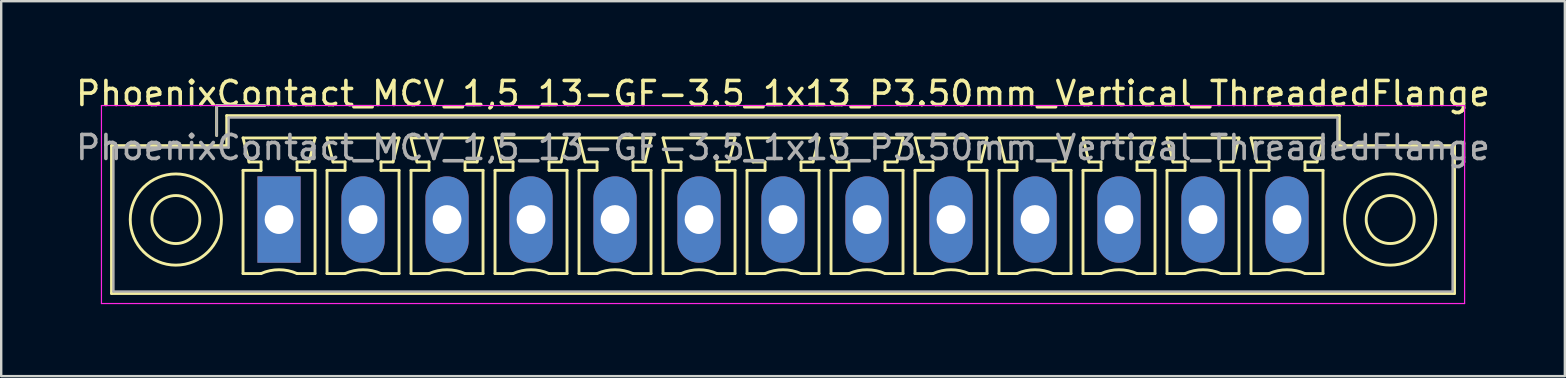
<source format=kicad_pcb>
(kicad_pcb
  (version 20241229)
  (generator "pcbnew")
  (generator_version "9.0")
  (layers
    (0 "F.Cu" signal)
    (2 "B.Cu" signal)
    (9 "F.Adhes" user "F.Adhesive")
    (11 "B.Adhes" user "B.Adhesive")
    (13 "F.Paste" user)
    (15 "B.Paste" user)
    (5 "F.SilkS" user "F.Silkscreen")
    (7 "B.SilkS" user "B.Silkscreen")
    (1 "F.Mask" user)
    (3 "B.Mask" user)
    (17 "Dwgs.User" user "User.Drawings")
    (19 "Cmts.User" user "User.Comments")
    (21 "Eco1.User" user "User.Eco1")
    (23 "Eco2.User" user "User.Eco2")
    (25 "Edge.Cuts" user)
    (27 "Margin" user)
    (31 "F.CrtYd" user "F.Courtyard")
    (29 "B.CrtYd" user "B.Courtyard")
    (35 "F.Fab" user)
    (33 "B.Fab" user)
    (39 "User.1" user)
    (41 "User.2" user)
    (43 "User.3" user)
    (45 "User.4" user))
  (footprint "PhoenixContact_MCV_1,5_13-GF-3.5_1x13_P3.50mm_Vertical_ThreadedFlange"
    (layer "F.Cu")
    (at 8.577 6.098)
    (property "Reference" "PhoenixContact_MCV_1,5_13-GF-3.5_1x13_P3.50mm_Vertical_ThreadedFlange" (at 21 -5.25 0) (layer "F.SilkS") (effects (font (size 1 1) (thickness 0.15))))
    (attr through_hole)
    (fp_line (start -6.98 -3.08) (end -6.98 3.08) (stroke (width 0.12) (type solid)) (layer "F.SilkS"))
    (fp_line (start -6.98 3.08) (end 48.98 3.08) (stroke (width 0.12) (type solid)) (layer "F.SilkS"))
    (fp_line (start -2.6 -4.75) (end -0.6 -4.75) (stroke (width 0.12) (type solid)) (layer "F.SilkS"))
    (fp_line (start -2.6 -3.5) (end -2.6 -4.75) (stroke (width 0.12) (type solid)) (layer "F.SilkS"))
    (fp_line (start -2.18 -4.33) (end -2.18 -3.08) (stroke (width 0.12) (type solid)) (layer "F.SilkS"))
    (fp_line (start -2.18 -3.08) (end -6.98 -3.08) (stroke (width 0.12) (type solid)) (layer "F.SilkS"))
    (fp_line (start -1.5 -3.4) (end 1.5 -3.4) (stroke (width 0.12) (type solid)) (layer "F.SilkS"))
    (fp_line (start -1.5 -2.05) (end -0.75 -2.05) (stroke (width 0.12) (type solid)) (layer "F.SilkS"))
    (fp_line (start -1.5 2.25) (end -1.5 -2.05) (stroke (width 0.12) (type solid)) (layer "F.SilkS"))
    (fp_line (start -1.25 -2.4) (end -1.5 -3.4) (stroke (width 0.12) (type solid)) (layer "F.SilkS"))
    (fp_line (start -0.75 -2.4) (end -1.25 -2.4) (stroke (width 0.12) (type solid)) (layer "F.SilkS"))
    (fp_line (start -0.75 -2.05) (end -0.75 -2.4) (stroke (width 0.12) (type solid)) (layer "F.SilkS"))
    (fp_line (start -0.75 2.25) (end -1.5 2.25) (stroke (width 0.12) (type solid)) (layer "F.SilkS"))
    (fp_line (start 0.75 -2.4) (end 0.75 -2.05) (stroke (width 0.12) (type solid)) (layer "F.SilkS"))
    (fp_line (start 0.75 -2.05) (end 1.5 -2.05) (stroke (width 0.12) (type solid)) (layer "F.SilkS"))
    (fp_line (start 1.25 -2.4) (end 0.75 -2.4) (stroke (width 0.12) (type solid)) (layer "F.SilkS"))
    (fp_line (start 1.5 -3.4) (end 1.25 -2.4) (stroke (width 0.12) (type solid)) (layer "F.SilkS"))
    (fp_line (start 1.5 -2.05) (end 1.5 2.25) (stroke (width 0.12) (type solid)) (layer "F.SilkS"))
    (fp_line (start 1.5 2.25) (end 0.75 2.25) (stroke (width 0.12) (type solid)) (layer "F.SilkS"))
    (fp_line (start 2 -3.4) (end 5 -3.4) (stroke (width 0.12) (type solid)) (layer "F.SilkS"))
    (fp_line (start 2 -2.05) (end 2.75 -2.05) (stroke (width 0.12) (type solid)) (layer "F.SilkS"))
    (fp_line (start 2 2.25) (end 2 -2.05) (stroke (width 0.12) (type solid)) (layer "F.SilkS"))
    (fp_line (start 2.25 -2.4) (end 2 -3.4) (stroke (width 0.12) (type solid)) (layer "F.SilkS"))
    (fp_line (start 2.75 -2.4) (end 2.25 -2.4) (stroke (width 0.12) (type solid)) (layer "F.SilkS"))
    (fp_line (start 2.75 -2.05) (end 2.75 -2.4) (stroke (width 0.12) (type solid)) (layer "F.SilkS"))
    (fp_line (start 2.75 2.25) (end 2 2.25) (stroke (width 0.12) (type solid)) (layer "F.SilkS"))
    (fp_line (start 4.25 -2.4) (end 4.25 -2.05) (stroke (width 0.12) (type solid)) (layer "F.SilkS"))
    (fp_line (start 4.25 -2.05) (end 5 -2.05) (stroke (width 0.12) (type solid)) (layer "F.SilkS"))
    (fp_line (start 4.75 -2.4) (end 4.25 -2.4) (stroke (width 0.12) (type solid)) (layer "F.SilkS"))
    (fp_line (start 5 -3.4) (end 4.75 -2.4) (stroke (width 0.12) (type solid)) (layer "F.SilkS"))
    (fp_line (start 5 -2.05) (end 5 2.25) (stroke (width 0.12) (type solid)) (layer "F.SilkS"))
    (fp_line (start 5 2.25) (end 4.25 2.25) (stroke (width 0.12) (type solid)) (layer "F.SilkS"))
    (fp_line (start 5.5 -3.4) (end 8.5 -3.4) (stroke (width 0.12) (type solid)) (layer "F.SilkS"))
    (fp_line (start 5.5 -2.05) (end 6.25 -2.05) (stroke (width 0.12) (type solid)) (layer "F.SilkS"))
    (fp_line (start 5.5 2.25) (end 5.5 -2.05) (stroke (width 0.12) (type solid)) (layer "F.SilkS"))
    (fp_line (start 5.75 -2.4) (end 5.5 -3.4) (stroke (width 0.12) (type solid)) (layer "F.SilkS"))
    (fp_line (start 6.25 -2.4) (end 5.75 -2.4) (stroke (width 0.12) (type solid)) (layer "F.SilkS"))
    (fp_line (start 6.25 -2.05) (end 6.25 -2.4) (stroke (width 0.12) (type solid)) (layer "F.SilkS"))
    (fp_line (start 6.25 2.25) (end 5.5 2.25) (stroke (width 0.12) (type solid)) (layer "F.SilkS"))
    (fp_line (start 7.75 -2.4) (end 7.75 -2.05) (stroke (width 0.12) (type solid)) (layer "F.SilkS"))
    (fp_line (start 7.75 -2.05) (end 8.5 -2.05) (stroke (width 0.12) (type solid)) (layer "F.SilkS"))
    (fp_line (start 8.25 -2.4) (end 7.75 -2.4) (stroke (width 0.12) (type solid)) (layer "F.SilkS"))
    (fp_line (start 8.5 -3.4) (end 8.25 -2.4) (stroke (width 0.12) (type solid)) (layer "F.SilkS"))
    (fp_line (start 8.5 -2.05) (end 8.5 2.25) (stroke (width 0.12) (type solid)) (layer "F.SilkS"))
    (fp_line (start 8.5 2.25) (end 7.75 2.25) (stroke (width 0.12) (type solid)) (layer "F.SilkS"))
    (fp_line (start 9 -3.4) (end 12 -3.4) (stroke (width 0.12) (type solid)) (layer "F.SilkS"))
    (fp_line (start 9 -2.05) (end 9.75 -2.05) (stroke (width 0.12) (type solid)) (layer "F.SilkS"))
    (fp_line (start 9 2.25) (end 9 -2.05) (stroke (width 0.12) (type solid)) (layer "F.SilkS"))
    (fp_line (start 9.25 -2.4) (end 9 -3.4) (stroke (width 0.12) (type solid)) (layer "F.SilkS"))
    (fp_line (start 9.75 -2.4) (end 9.25 -2.4) (stroke (width 0.12) (type solid)) (layer "F.SilkS"))
    (fp_line (start 9.75 -2.05) (end 9.75 -2.4) (stroke (width 0.12) (type solid)) (layer "F.SilkS"))
    (fp_line (start 9.75 2.25) (end 9 2.25) (stroke (width 0.12) (type solid)) (layer "F.SilkS"))
    (fp_line (start 11.25 -2.4) (end 11.25 -2.05) (stroke (width 0.12) (type solid)) (layer "F.SilkS"))
    (fp_line (start 11.25 -2.05) (end 12 -2.05) (stroke (width 0.12) (type solid)) (layer "F.SilkS"))
    (fp_line (start 11.75 -2.4) (end 11.25 -2.4) (stroke (width 0.12) (type solid)) (layer "F.SilkS"))
    (fp_line (start 12 -3.4) (end 11.75 -2.4) (stroke (width 0.12) (type solid)) (layer "F.SilkS"))
    (fp_line (start 12 -2.05) (end 12 2.25) (stroke (width 0.12) (type solid)) (layer "F.SilkS"))
    (fp_line (start 12 2.25) (end 11.25 2.25) (stroke (width 0.12) (type solid)) (layer "F.SilkS"))
    (fp_line (start 12.5 -3.4) (end 15.5 -3.4) (stroke (width 0.12) (type solid)) (layer "F.SilkS"))
    (fp_line (start 12.5 -2.05) (end 13.25 -2.05) (stroke (width 0.12) (type solid)) (layer "F.SilkS"))
    (fp_line (start 12.5 2.25) (end 12.5 -2.05) (stroke (width 0.12) (type solid)) (layer "F.SilkS"))
    (fp_line (start 12.75 -2.4) (end 12.5 -3.4) (stroke (width 0.12) (type solid)) (layer "F.SilkS"))
    (fp_line (start 13.25 -2.4) (end 12.75 -2.4) (stroke (width 0.12) (type solid)) (layer "F.SilkS"))
    (fp_line (start 13.25 -2.05) (end 13.25 -2.4) (stroke (width 0.12) (type solid)) (layer "F.SilkS"))
    (fp_line (start 13.25 2.25) (end 12.5 2.25) (stroke (width 0.12) (type solid)) (layer "F.SilkS"))
    (fp_line (start 14.75 -2.4) (end 14.75 -2.05) (stroke (width 0.12) (type solid)) (layer "F.SilkS"))
    (fp_line (start 14.75 -2.05) (end 15.5 -2.05) (stroke (width 0.12) (type solid)) (layer "F.SilkS"))
    (fp_line (start 15.25 -2.4) (end 14.75 -2.4) (stroke (width 0.12) (type solid)) (layer "F.SilkS"))
    (fp_line (start 15.5 -3.4) (end 15.25 -2.4) (stroke (width 0.12) (type solid)) (layer "F.SilkS"))
    (fp_line (start 15.5 -2.05) (end 15.5 2.25) (stroke (width 0.12) (type solid)) (layer "F.SilkS"))
    (fp_line (start 15.5 2.25) (end 14.75 2.25) (stroke (width 0.12) (type solid)) (layer "F.SilkS"))
    (fp_line (start 16 -3.4) (end 19 -3.4) (stroke (width 0.12) (type solid)) (layer "F.SilkS"))
    (fp_line (start 16 -2.05) (end 16.75 -2.05) (stroke (width 0.12) (type solid)) (layer "F.SilkS"))
    (fp_line (start 16 2.25) (end 16 -2.05) (stroke (width 0.12) (type solid)) (layer "F.SilkS"))
    (fp_line (start 16.25 -2.4) (end 16 -3.4) (stroke (width 0.12) (type solid)) (layer "F.SilkS"))
    (fp_line (start 16.75 -2.4) (end 16.25 -2.4) (stroke (width 0.12) (type solid)) (layer "F.SilkS"))
    (fp_line (start 16.75 -2.05) (end 16.75 -2.4) (stroke (width 0.12) (type solid)) (layer "F.SilkS"))
    (fp_line (start 16.75 2.25) (end 16 2.25) (stroke (width 0.12) (type solid)) (layer "F.SilkS"))
    (fp_line (start 18.25 -2.4) (end 18.25 -2.05) (stroke (width 0.12) (type solid)) (layer "F.SilkS"))
    (fp_line (start 18.25 -2.05) (end 19 -2.05) (stroke (width 0.12) (type solid)) (layer "F.SilkS"))
    (fp_line (start 18.75 -2.4) (end 18.25 -2.4) (stroke (width 0.12) (type solid)) (layer "F.SilkS"))
    (fp_line (start 19 -3.4) (end 18.75 -2.4) (stroke (width 0.12) (type solid)) (layer "F.SilkS"))
    (fp_line (start 19 -2.05) (end 19 2.25) (stroke (width 0.12) (type solid)) (layer "F.SilkS"))
    (fp_line (start 19 2.25) (end 18.25 2.25) (stroke (width 0.12) (type solid)) (layer "F.SilkS"))
    (fp_line (start 19.5 -3.4) (end 22.5 -3.4) (stroke (width 0.12) (type solid)) (layer "F.SilkS"))
    (fp_line (start 19.5 -2.05) (end 20.25 -2.05) (stroke (width 0.12) (type solid)) (layer "F.SilkS"))
    (fp_line (start 19.5 2.25) (end 19.5 -2.05) (stroke (width 0.12) (type solid)) (layer "F.SilkS"))
    (fp_line (start 19.75 -2.4) (end 19.5 -3.4) (stroke (width 0.12) (type solid)) (layer "F.SilkS"))
    (fp_line (start 20.25 -2.4) (end 19.75 -2.4) (stroke (width 0.12) (type solid)) (layer "F.SilkS"))
    (fp_line (start 20.25 -2.05) (end 20.25 -2.4) (stroke (width 0.12) (type solid)) (layer "F.SilkS"))
    (fp_line (start 20.25 2.25) (end 19.5 2.25) (stroke (width 0.12) (type solid)) (layer "F.SilkS"))
    (fp_line (start 21.75 -2.4) (end 21.75 -2.05) (stroke (width 0.12) (type solid)) (layer "F.SilkS"))
    (fp_line (start 21.75 -2.05) (end 22.5 -2.05) (stroke (width 0.12) (type solid)) (layer "F.SilkS"))
    (fp_line (start 22.25 -2.4) (end 21.75 -2.4) (stroke (width 0.12) (type solid)) (layer "F.SilkS"))
    (fp_line (start 22.5 -3.4) (end 22.25 -2.4) (stroke (width 0.12) (type solid)) (layer "F.SilkS"))
    (fp_line (start 22.5 -2.05) (end 22.5 2.25) (stroke (width 0.12) (type solid)) (layer "F.SilkS"))
    (fp_line (start 22.5 2.25) (end 21.75 2.25) (stroke (width 0.12) (type solid)) (layer "F.SilkS"))
    (fp_line (start 23 -3.4) (end 26 -3.4) (stroke (width 0.12) (type solid)) (layer "F.SilkS"))
    (fp_line (start 23 -2.05) (end 23.75 -2.05) (stroke (width 0.12) (type solid)) (layer "F.SilkS"))
    (fp_line (start 23 2.25) (end 23 -2.05) (stroke (width 0.12) (type solid)) (layer "F.SilkS"))
    (fp_line (start 23.25 -2.4) (end 23 -3.4) (stroke (width 0.12) (type solid)) (layer "F.SilkS"))
    (fp_line (start 23.75 -2.4) (end 23.25 -2.4) (stroke (width 0.12) (type solid)) (layer "F.SilkS"))
    (fp_line (start 23.75 -2.05) (end 23.75 -2.4) (stroke (width 0.12) (type solid)) (layer "F.SilkS"))
    (fp_line (start 23.75 2.25) (end 23 2.25) (stroke (width 0.12) (type solid)) (layer "F.SilkS"))
    (fp_line (start 25.25 -2.4) (end 25.25 -2.05) (stroke (width 0.12) (type solid)) (layer "F.SilkS"))
    (fp_line (start 25.25 -2.05) (end 26 -2.05) (stroke (width 0.12) (type solid)) (layer "F.SilkS"))
    (fp_line (start 25.75 -2.4) (end 25.25 -2.4) (stroke (width 0.12) (type solid)) (layer "F.SilkS"))
    (fp_line (start 26 -3.4) (end 25.75 -2.4) (stroke (width 0.12) (type solid)) (layer "F.SilkS"))
    (fp_line (start 26 -2.05) (end 26 2.25) (stroke (width 0.12) (type solid)) (layer "F.SilkS"))
    (fp_line (start 26 2.25) (end 25.25 2.25) (stroke (width 0.12) (type solid)) (layer "F.SilkS"))
    (fp_line (start 26.5 -3.4) (end 29.5 -3.4) (stroke (width 0.12) (type solid)) (layer "F.SilkS"))
    (fp_line (start 26.5 -2.05) (end 27.25 -2.05) (stroke (width 0.12) (type solid)) (layer "F.SilkS"))
    (fp_line (start 26.5 2.25) (end 26.5 -2.05) (stroke (width 0.12) (type solid)) (layer "F.SilkS"))
    (fp_line (start 26.75 -2.4) (end 26.5 -3.4) (stroke (width 0.12) (type solid)) (layer "F.SilkS"))
    (fp_line (start 27.25 -2.4) (end 26.75 -2.4) (stroke (width 0.12) (type solid)) (layer "F.SilkS"))
    (fp_line (start 27.25 -2.05) (end 27.25 -2.4) (stroke (width 0.12) (type solid)) (layer "F.SilkS"))
    (fp_line (start 27.25 2.25) (end 26.5 2.25) (stroke (width 0.12) (type solid)) (layer "F.SilkS"))
    (fp_line (start 28.75 -2.4) (end 28.75 -2.05) (stroke (width 0.12) (type solid)) (layer "F.SilkS"))
    (fp_line (start 28.75 -2.05) (end 29.5 -2.05) (stroke (width 0.12) (type solid)) (layer "F.SilkS"))
    (fp_line (start 29.25 -2.4) (end 28.75 -2.4) (stroke (width 0.12) (type solid)) (layer "F.SilkS"))
    (fp_line (start 29.5 -3.4) (end 29.25 -2.4) (stroke (width 0.12) (type solid)) (layer "F.SilkS"))
    (fp_line (start 29.5 -2.05) (end 29.5 2.25) (stroke (width 0.12) (type solid)) (layer "F.SilkS"))
    (fp_line (start 29.5 2.25) (end 28.75 2.25) (stroke (width 0.12) (type solid)) (layer "F.SilkS"))
    (fp_line (start 30 -3.4) (end 33 -3.4) (stroke (width 0.12) (type solid)) (layer "F.SilkS"))
    (fp_line (start 30 -2.05) (end 30.75 -2.05) (stroke (width 0.12) (type solid)) (layer "F.SilkS"))
    (fp_line (start 30 2.25) (end 30 -2.05) (stroke (width 0.12) (type solid)) (layer "F.SilkS"))
    (fp_line (start 30.25 -2.4) (end 30 -3.4) (stroke (width 0.12) (type solid)) (layer "F.SilkS"))
    (fp_line (start 30.75 -2.4) (end 30.25 -2.4) (stroke (width 0.12) (type solid)) (layer "F.SilkS"))
    (fp_line (start 30.75 -2.05) (end 30.75 -2.4) (stroke (width 0.12) (type solid)) (layer "F.SilkS"))
    (fp_line (start 30.75 2.25) (end 30 2.25) (stroke (width 0.12) (type solid)) (layer "F.SilkS"))
    (fp_line (start 32.25 -2.4) (end 32.25 -2.05) (stroke (width 0.12) (type solid)) (layer "F.SilkS"))
    (fp_line (start 32.25 -2.05) (end 33 -2.05) (stroke (width 0.12) (type solid)) (layer "F.SilkS"))
    (fp_line (start 32.75 -2.4) (end 32.25 -2.4) (stroke (width 0.12) (type solid)) (layer "F.SilkS"))
    (fp_line (start 33 -3.4) (end 32.75 -2.4) (stroke (width 0.12) (type solid)) (layer "F.SilkS"))
    (fp_line (start 33 -2.05) (end 33 2.25) (stroke (width 0.12) (type solid)) (layer "F.SilkS"))
    (fp_line (start 33 2.25) (end 32.25 2.25) (stroke (width 0.12) (type solid)) (layer "F.SilkS"))
    (fp_line (start 33.5 -3.4) (end 36.5 -3.4) (stroke (width 0.12) (type solid)) (layer "F.SilkS"))
    (fp_line (start 33.5 -2.05) (end 34.25 -2.05) (stroke (width 0.12) (type solid)) (layer "F.SilkS"))
    (fp_line (start 33.5 2.25) (end 33.5 -2.05) (stroke (width 0.12) (type solid)) (layer "F.SilkS"))
    (fp_line (start 33.75 -2.4) (end 33.5 -3.4) (stroke (width 0.12) (type solid)) (layer "F.SilkS"))
    (fp_line (start 34.25 -2.4) (end 33.75 -2.4) (stroke (width 0.12) (type solid)) (layer "F.SilkS"))
    (fp_line (start 34.25 -2.05) (end 34.25 -2.4) (stroke (width 0.12) (type solid)) (layer "F.SilkS"))
    (fp_line (start 34.25 2.25) (end 33.5 2.25) (stroke (width 0.12) (type solid)) (layer "F.SilkS"))
    (fp_line (start 35.75 -2.4) (end 35.75 -2.05) (stroke (width 0.12) (type solid)) (layer "F.SilkS"))
    (fp_line (start 35.75 -2.05) (end 36.5 -2.05) (stroke (width 0.12) (type solid)) (layer "F.SilkS"))
    (fp_line (start 36.25 -2.4) (end 35.75 -2.4) (stroke (width 0.12) (type solid)) (layer "F.SilkS"))
    (fp_line (start 36.5 -3.4) (end 36.25 -2.4) (stroke (width 0.12) (type solid)) (layer "F.SilkS"))
    (fp_line (start 36.5 -2.05) (end 36.5 2.25) (stroke (width 0.12) (type solid)) (layer "F.SilkS"))
    (fp_line (start 36.5 2.25) (end 35.75 2.25) (stroke (width 0.12) (type solid)) (layer "F.SilkS"))
    (fp_line (start 37 -3.4) (end 40 -3.4) (stroke (width 0.12) (type solid)) (layer "F.SilkS"))
    (fp_line (start 37 -2.05) (end 37.75 -2.05) (stroke (width 0.12) (type solid)) (layer "F.SilkS"))
    (fp_line (start 37 2.25) (end 37 -2.05) (stroke (width 0.12) (type solid)) (layer "F.SilkS"))
    (fp_line (start 37.25 -2.4) (end 37 -3.4) (stroke (width 0.12) (type solid)) (layer "F.SilkS"))
    (fp_line (start 37.75 -2.4) (end 37.25 -2.4) (stroke (width 0.12) (type solid)) (layer "F.SilkS"))
    (fp_line (start 37.75 -2.05) (end 37.75 -2.4) (stroke (width 0.12) (type solid)) (layer "F.SilkS"))
    (fp_line (start 37.75 2.25) (end 37 2.25) (stroke (width 0.12) (type solid)) (layer "F.SilkS"))
    (fp_line (start 39.25 -2.4) (end 39.25 -2.05) (stroke (width 0.12) (type solid)) (layer "F.SilkS"))
    (fp_line (start 39.25 -2.05) (end 40 -2.05) (stroke (width 0.12) (type solid)) (layer "F.SilkS"))
    (fp_line (start 39.75 -2.4) (end 39.25 -2.4) (stroke (width 0.12) (type solid)) (layer "F.SilkS"))
    (fp_line (start 40 -3.4) (end 39.75 -2.4) (stroke (width 0.12) (type solid)) (layer "F.SilkS"))
    (fp_line (start 40 -2.05) (end 40 2.25) (stroke (width 0.12) (type solid)) (layer "F.SilkS"))
    (fp_line (start 40 2.25) (end 39.25 2.25) (stroke (width 0.12) (type solid)) (layer "F.SilkS"))
    (fp_line (start 40.5 -3.4) (end 43.5 -3.4) (stroke (width 0.12) (type solid)) (layer "F.SilkS"))
    (fp_line (start 40.5 -2.05) (end 41.25 -2.05) (stroke (width 0.12) (type solid)) (layer "F.SilkS"))
    (fp_line (start 40.5 2.25) (end 40.5 -2.05) (stroke (width 0.12) (type solid)) (layer "F.SilkS"))
    (fp_line (start 40.75 -2.4) (end 40.5 -3.4) (stroke (width 0.12) (type solid)) (layer "F.SilkS"))
    (fp_line (start 41.25 -2.4) (end 40.75 -2.4) (stroke (width 0.12) (type solid)) (layer "F.SilkS"))
    (fp_line (start 41.25 -2.05) (end 41.25 -2.4) (stroke (width 0.12) (type solid)) (layer "F.SilkS"))
    (fp_line (start 41.25 2.25) (end 40.5 2.25) (stroke (width 0.12) (type solid)) (layer "F.SilkS"))
    (fp_line (start 42.75 -2.4) (end 42.75 -2.05) (stroke (width 0.12) (type solid)) (layer "F.SilkS"))
    (fp_line (start 42.75 -2.05) (end 43.5 -2.05) (stroke (width 0.12) (type solid)) (layer "F.SilkS"))
    (fp_line (start 43.25 -2.4) (end 42.75 -2.4) (stroke (width 0.12) (type solid)) (layer "F.SilkS"))
    (fp_line (start 43.5 -3.4) (end 43.25 -2.4) (stroke (width 0.12) (type solid)) (layer "F.SilkS"))
    (fp_line (start 43.5 -2.05) (end 43.5 2.25) (stroke (width 0.12) (type solid)) (layer "F.SilkS"))
    (fp_line (start 43.5 2.25) (end 42.75 2.25) (stroke (width 0.12) (type solid)) (layer "F.SilkS"))
    (fp_line (start 44.18 -4.33) (end -2.18 -4.33) (stroke (width 0.12) (type solid)) (layer "F.SilkS"))
    (fp_line (start 44.18 -3.08) (end 44.18 -4.33) (stroke (width 0.12) (type solid)) (layer "F.SilkS"))
    (fp_line (start 48.98 -3.08) (end 44.18 -3.08) (stroke (width 0.12) (type solid)) (layer "F.SilkS"))
    (fp_line (start 48.98 3.08) (end 48.98 -3.08) (stroke (width 0.12) (type solid)) (layer "F.SilkS"))
    (fp_arc (start -0.75 2.25) (mid -0.000193 2.09191) (end 0.749647 2.249844) (stroke (width 0.12) (type solid)) (layer "F.SilkS"))
    (fp_arc (start 2.75 2.25) (mid 3.499807 2.09191) (end 4.249647 2.249844) (stroke (width 0.12) (type solid)) (layer "F.SilkS"))
    (fp_arc (start 6.25 2.25) (mid 6.999807 2.09191) (end 7.749647 2.249844) (stroke (width 0.12) (type solid)) (layer "F.SilkS"))
    (fp_arc (start 9.75 2.25) (mid 10.499807 2.09191) (end 11.249647 2.249844) (stroke (width 0.12) (type solid)) (layer "F.SilkS"))
    (fp_arc (start 13.25 2.25) (mid 13.999807 2.09191) (end 14.749647 2.249844) (stroke (width 0.12) (type solid)) (layer "F.SilkS"))
    (fp_arc (start 16.75 2.25) (mid 17.499807 2.09191) (end 18.249647 2.249844) (stroke (width 0.12) (type solid)) (layer "F.SilkS"))
    (fp_arc (start 20.25 2.25) (mid 20.999807 2.09191) (end 21.749647 2.249844) (stroke (width 0.12) (type solid)) (layer "F.SilkS"))
    (fp_arc (start 23.75 2.25) (mid 24.499807 2.09191) (end 25.249647 2.249844) (stroke (width 0.12) (type solid)) (layer "F.SilkS"))
    (fp_arc (start 27.25 2.25) (mid 27.999807 2.09191) (end 28.749647 2.249844) (stroke (width 0.12) (type solid)) (layer "F.SilkS"))
    (fp_arc (start 30.75 2.25) (mid 31.499807 2.09191) (end 32.249647 2.249844) (stroke (width 0.12) (type solid)) (layer "F.SilkS"))
    (fp_arc (start 34.25 2.25) (mid 34.999807 2.09191) (end 35.749647 2.249844) (stroke (width 0.12) (type solid)) (layer "F.SilkS"))
    (fp_arc (start 37.75 2.25) (mid 38.499807 2.09191) (end 39.249647 2.249844) (stroke (width 0.12) (type solid)) (layer "F.SilkS"))
    (fp_arc (start 41.25 2.25) (mid 41.999807 2.09191) (end 42.749647 2.249844) (stroke (width 0.12) (type solid)) (layer "F.SilkS"))
    (fp_circle (center -4.3 0) (end -3.3 0) (stroke (width 0.12) (type solid)) (fill no) (layer "F.SilkS"))
    (fp_circle (center -4.3 0) (end -2.4 0) (stroke (width 0.12) (type solid)) (fill no) (layer "F.SilkS"))
    (fp_circle (center 46.3 0) (end 47.3 0) (stroke (width 0.12) (type solid)) (fill no) (layer "F.SilkS"))
    (fp_circle (center 46.3 0) (end 48.2 0) (stroke (width 0.12) (type solid)) (fill no) (layer "F.SilkS"))
    (fp_line (start -7.4 -4.75) (end -7.4 3.5) (stroke (width 0.05) (type solid)) (layer "F.CrtYd"))
    (fp_line (start -7.4 3.5) (end 49.4 3.5) (stroke (width 0.05) (type solid)) (layer "F.CrtYd"))
    (fp_line (start 49.4 -4.75) (end -7.4 -4.75) (stroke (width 0.05) (type solid)) (layer "F.CrtYd"))
    (fp_line (start 49.4 3.5) (end 49.4 -4.75) (stroke (width 0.05) (type solid)) (layer "F.CrtYd"))
    (fp_line (start -6.9 -3) (end -6.9 3) (stroke (width 0.1) (type solid)) (layer "F.Fab"))
    (fp_line (start -6.9 3) (end 48.9 3) (stroke (width 0.1) (type solid)) (layer "F.Fab"))
    (fp_line (start -2.6 -4.75) (end -0.6 -4.75) (stroke (width 0.1) (type solid)) (layer "F.Fab"))
    (fp_line (start -2.6 -3.5) (end -2.6 -4.75) (stroke (width 0.1) (type solid)) (layer "F.Fab"))
    (fp_line (start -2.1 -4.25) (end -2.1 -3) (stroke (width 0.1) (type solid)) (layer "F.Fab"))
    (fp_line (start -2.1 -3) (end -6.9 -3) (stroke (width 0.1) (type solid)) (layer "F.Fab"))
    (fp_line (start 44.1 -4.25) (end -2.1 -4.25) (stroke (width 0.1) (type solid)) (layer "F.Fab"))
    (fp_line (start 44.1 -3) (end 44.1 -4.25) (stroke (width 0.1) (type solid)) (layer "F.Fab"))
    (fp_line (start 48.9 -3) (end 44.1 -3) (stroke (width 0.1) (type solid)) (layer "F.Fab"))
    (fp_line (start 48.9 3) (end 48.9 -3) (stroke (width 0.1) (type solid)) (layer "F.Fab"))
    (fp_text user "${REFERENCE}" (at 21 -3 0) (layer "F.Fab") (effects (font (size 1 1) (thickness 0.15))))
    (pad "1" thru_hole rect (at 0 0) (size 1.8 3.6) (drill 1.2) (layers "*.Cu" "*.Mask"))
    (pad "2" thru_hole oval (at 3.5 0) (size 1.8 3.6) (drill 1.2) (layers "*.Cu" "*.Mask"))
    (pad "3" thru_hole oval (at 7 0) (size 1.8 3.6) (drill 1.2) (layers "*.Cu" "*.Mask"))
    (pad "4" thru_hole oval (at 10.5 0) (size 1.8 3.6) (drill 1.2) (layers "*.Cu" "*.Mask"))
    (pad "5" thru_hole oval (at 14 0) (size 1.8 3.6) (drill 1.2) (layers "*.Cu" "*.Mask"))
    (pad "6" thru_hole oval (at 17.5 0) (size 1.8 3.6) (drill 1.2) (layers "*.Cu" "*.Mask"))
    (pad "7" thru_hole oval (at 21 0) (size 1.8 3.6) (drill 1.2) (layers "*.Cu" "*.Mask"))
    (pad "8" thru_hole oval (at 24.5 0) (size 1.8 3.6) (drill 1.2) (layers "*.Cu" "*.Mask"))
    (pad "9" thru_hole oval (at 28 0) (size 1.8 3.6) (drill 1.2) (layers "*.Cu" "*.Mask"))
    (pad "10" thru_hole oval (at 31.5 0) (size 1.8 3.6) (drill 1.2) (layers "*.Cu" "*.Mask"))
    (pad "11" thru_hole oval (at 35 0) (size 1.8 3.6) (drill 1.2) (layers "*.Cu" "*.Mask"))
    (pad "12" thru_hole oval (at 38.5 0) (size 1.8 3.6) (drill 1.2) (layers "*.Cu" "*.Mask"))
    (pad "13" thru_hole oval (at 42 0) (size 1.8 3.6) (drill 1.2) (layers "*.Cu" "*.Mask")))
  (gr_rect
    (start -3 -3)
    (end 62.155 12.623)
    (stroke (width 0.1) (type default))
    (fill no)
    (layer "Edge.Cuts")))
</source>
